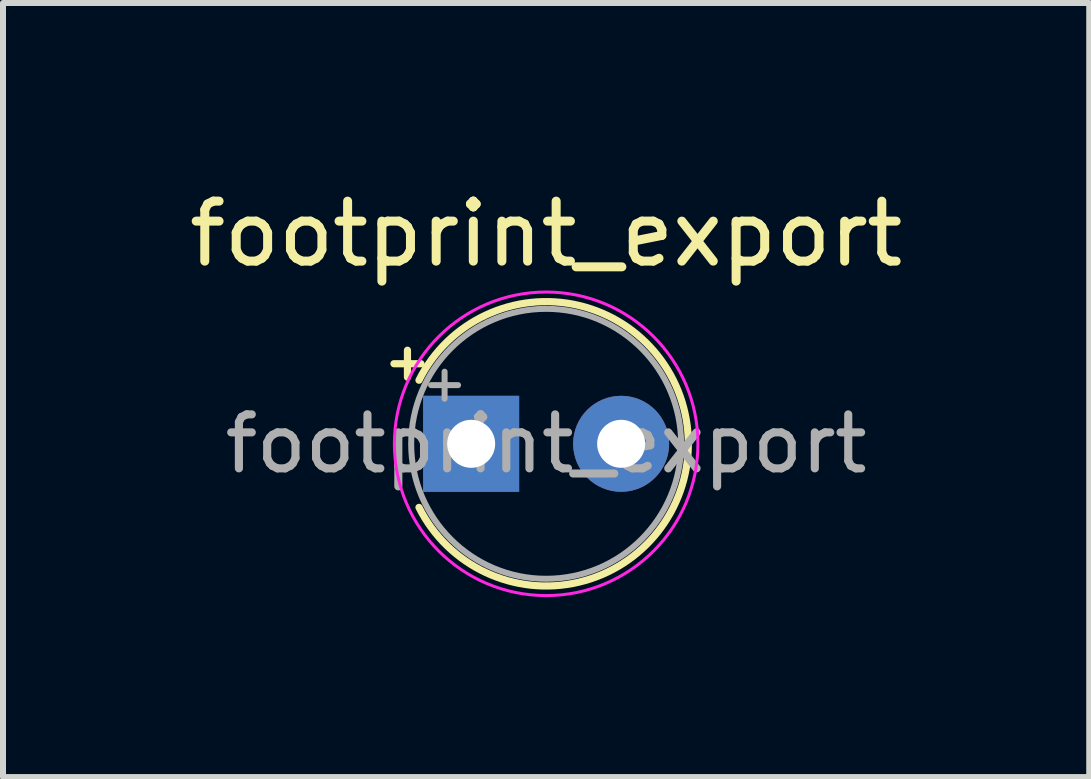
<source format=kicad_pcb>
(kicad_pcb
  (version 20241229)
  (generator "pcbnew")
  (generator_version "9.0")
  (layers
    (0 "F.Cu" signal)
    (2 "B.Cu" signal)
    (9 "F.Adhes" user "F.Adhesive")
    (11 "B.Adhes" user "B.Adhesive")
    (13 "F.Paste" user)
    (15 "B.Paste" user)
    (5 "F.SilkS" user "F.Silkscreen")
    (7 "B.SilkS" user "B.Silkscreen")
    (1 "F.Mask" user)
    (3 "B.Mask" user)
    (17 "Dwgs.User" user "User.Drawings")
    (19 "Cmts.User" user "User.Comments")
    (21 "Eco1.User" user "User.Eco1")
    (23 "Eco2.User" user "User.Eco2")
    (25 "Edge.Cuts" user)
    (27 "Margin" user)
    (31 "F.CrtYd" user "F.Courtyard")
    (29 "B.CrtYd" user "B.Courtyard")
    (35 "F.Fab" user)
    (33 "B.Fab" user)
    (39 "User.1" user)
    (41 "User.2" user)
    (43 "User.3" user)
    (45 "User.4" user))
  (footprint "footprint_export"
    (layer "F.Cu")
    (at 4.804 4.348)
    (property "Reference" "footprint_export" (at 1.25 -3.5 0) (layer "F.SilkS") (effects (font (size 1 1) (thickness 0.15))))
    (attr through_hole)
    (fp_line (start -1.287 -1.335) (end -0.837 -1.335) (stroke (width 0.12) (type solid)) (layer "F.SilkS"))
    (fp_line (start -1.062 -1.56) (end -1.062 -1.11) (stroke (width 0.12) (type solid)) (layer "F.SilkS"))
    (fp_arc (start -0.869741 -1.06) (mid 3.62 0) (end -0.869741 1.06) (stroke (width 0.12) (type solid)) (layer "F.SilkS"))
    (fp_circle (center 1.25 0) (end 3.78 0) (stroke (width 0.05) (type solid)) (fill no) (layer "F.CrtYd"))
    (fp_line (start -0.668 -0.978) (end -0.218 -0.978) (stroke (width 0.1) (type solid)) (layer "F.Fab"))
    (fp_line (start -0.443 -1.202) (end -0.443 -0.752) (stroke (width 0.1) (type solid)) (layer "F.Fab"))
    (fp_circle (center 1.25 0) (end 3.5 0) (stroke (width 0.1) (type solid)) (fill no) (layer "F.Fab"))
    (fp_text user "${REFERENCE}" (at 1.25 0 0) (layer "F.Fab") (effects (font (size 0.9 0.9) (thickness 0.135))))
    (pad "1" thru_hole rect (at 0 0) (size 1.6 1.6) (drill 0.8) (layers "*.Cu" "*.Mask"))
    (pad "2" thru_hole circle (at 2.5 0) (size 1.6 1.6) (drill 0.8) (layers "*.Cu" "*.Mask")))
  (gr_rect
    (start -3 -3)
    (end 15.107 9.903)
    (stroke (width 0.1) (type default))
    (fill no)
    (layer "Edge.Cuts")))
</source>
